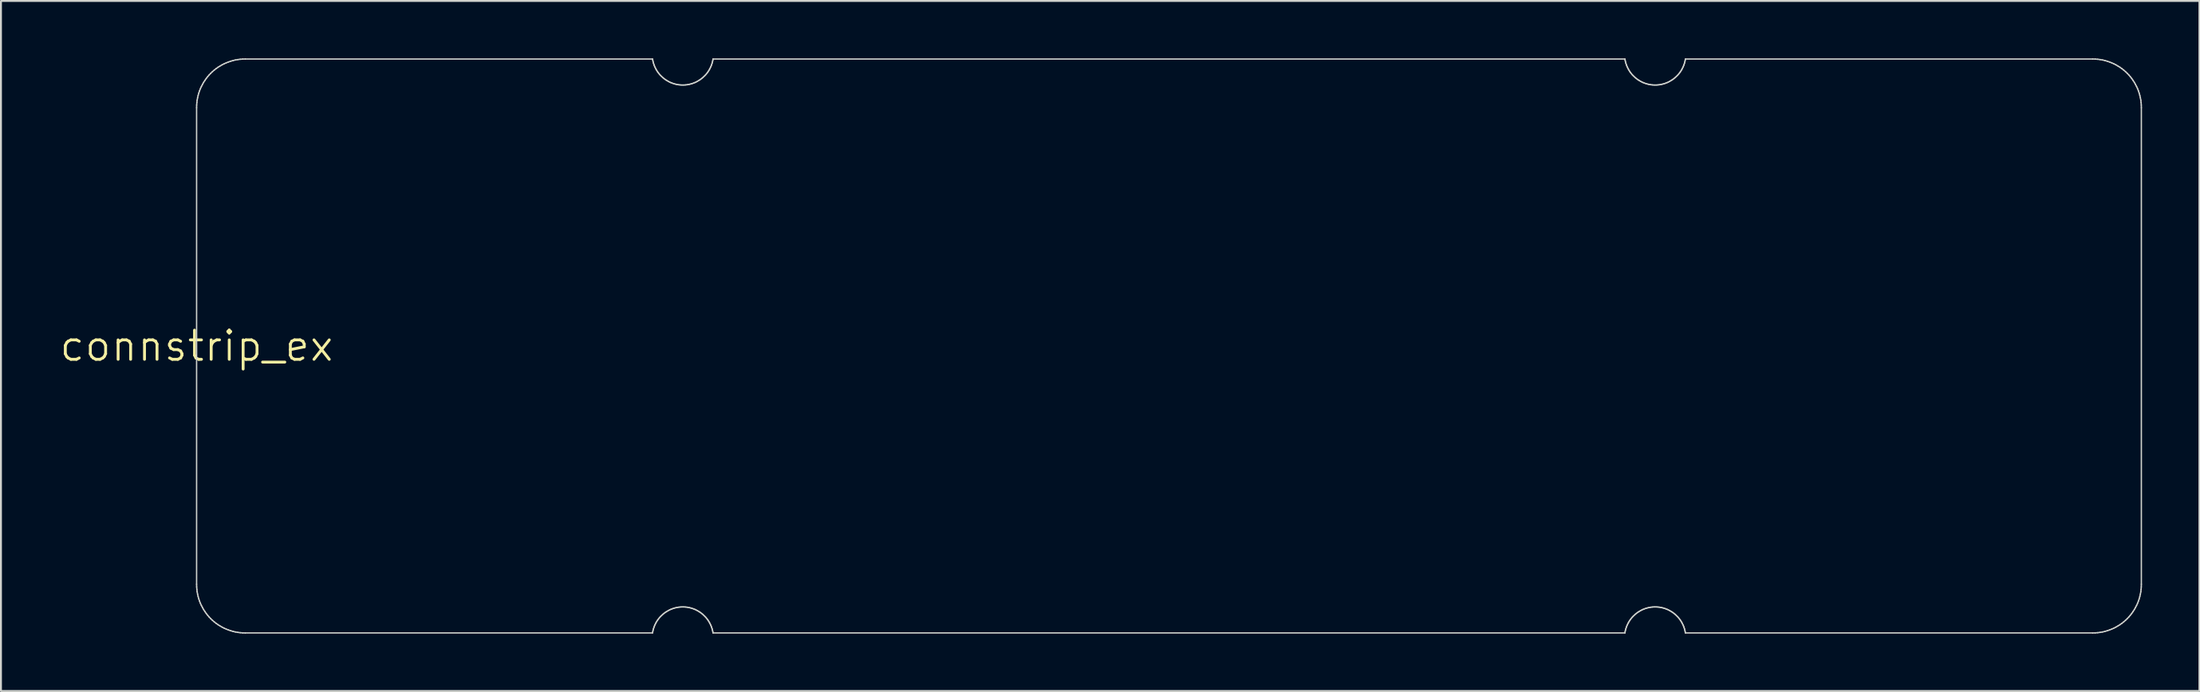
<source format=kicad_pcb>
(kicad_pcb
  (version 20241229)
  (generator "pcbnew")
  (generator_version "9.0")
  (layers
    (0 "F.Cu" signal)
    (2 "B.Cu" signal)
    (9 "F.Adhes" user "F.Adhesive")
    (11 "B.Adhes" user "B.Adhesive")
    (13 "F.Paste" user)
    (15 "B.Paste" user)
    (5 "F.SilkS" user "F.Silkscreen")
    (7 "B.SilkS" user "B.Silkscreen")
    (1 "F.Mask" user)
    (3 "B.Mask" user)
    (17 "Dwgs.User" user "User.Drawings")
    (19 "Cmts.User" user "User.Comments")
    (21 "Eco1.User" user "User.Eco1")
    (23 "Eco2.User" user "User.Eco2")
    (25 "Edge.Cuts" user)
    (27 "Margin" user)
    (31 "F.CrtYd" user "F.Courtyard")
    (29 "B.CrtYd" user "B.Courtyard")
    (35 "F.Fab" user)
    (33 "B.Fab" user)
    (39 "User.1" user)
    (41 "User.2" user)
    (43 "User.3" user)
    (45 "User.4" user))
  (footprint "connstrip_ex"
    (layer "F.Cu")
    (at 7.221 15.035)
    (property "Reference" "connstrip_ex" (at 0 0 0) (layer "F.SilkS") (effects (font (size 1.524 1.524) (thickness 0.15))))
    (attr through_hole)
    (fp_line (start 0 -12.46) (end 0 12.46) (stroke (width 0.07) (type solid)) (layer "Edge.Cuts"))
    (fp_line (start 0 12.46) (end 0.003 12.591) (stroke (width 0.07) (type solid)) (layer "Edge.Cuts"))
    (fp_line (start 0.003 -12.591) (end 0 -12.46) (stroke (width 0.07) (type solid)) (layer "Edge.Cuts"))
    (fp_line (start 0.003 12.591) (end 0.013 12.721) (stroke (width 0.07) (type solid)) (layer "Edge.Cuts"))
    (fp_line (start 0.013 -12.721) (end 0.003 -12.591) (stroke (width 0.07) (type solid)) (layer "Edge.Cuts"))
    (fp_line (start 0.013 12.721) (end 0.029 12.848) (stroke (width 0.07) (type solid)) (layer "Edge.Cuts"))
    (fp_line (start 0.029 -12.848) (end 0.013 -12.721) (stroke (width 0.07) (type solid)) (layer "Edge.Cuts"))
    (fp_line (start 0.029 12.848) (end 0.051 12.973) (stroke (width 0.07) (type solid)) (layer "Edge.Cuts"))
    (fp_line (start 0.051 -12.973) (end 0.029 -12.848) (stroke (width 0.07) (type solid)) (layer "Edge.Cuts"))
    (fp_line (start 0.051 12.973) (end 0.08 13.096) (stroke (width 0.07) (type solid)) (layer "Edge.Cuts"))
    (fp_line (start 0.08 -13.096) (end 0.051 -12.973) (stroke (width 0.07) (type solid)) (layer "Edge.Cuts"))
    (fp_line (start 0.08 13.096) (end 0.114 13.217) (stroke (width 0.07) (type solid)) (layer "Edge.Cuts"))
    (fp_line (start 0.114 -13.217) (end 0.08 -13.096) (stroke (width 0.07) (type solid)) (layer "Edge.Cuts"))
    (fp_line (start 0.114 13.217) (end 0.154 13.335) (stroke (width 0.07) (type solid)) (layer "Edge.Cuts"))
    (fp_line (start 0.154 -13.335) (end 0.114 -13.217) (stroke (width 0.07) (type solid)) (layer "Edge.Cuts"))
    (fp_line (start 0.154 13.335) (end 0.199 13.451) (stroke (width 0.07) (type solid)) (layer "Edge.Cuts"))
    (fp_line (start 0.199 -13.451) (end 0.154 -13.335) (stroke (width 0.07) (type solid)) (layer "Edge.Cuts"))
    (fp_line (start 0.199 13.451) (end 0.25 13.563) (stroke (width 0.07) (type solid)) (layer "Edge.Cuts"))
    (fp_line (start 0.25 -13.563) (end 0.199 -13.451) (stroke (width 0.07) (type solid)) (layer "Edge.Cuts"))
    (fp_line (start 0.25 13.563) (end 0.306 13.673) (stroke (width 0.07) (type solid)) (layer "Edge.Cuts"))
    (fp_line (start 0.306 -13.673) (end 0.25 -13.563) (stroke (width 0.07) (type solid)) (layer "Edge.Cuts"))
    (fp_line (start 0.306 13.673) (end 0.367 13.779) (stroke (width 0.07) (type solid)) (layer "Edge.Cuts"))
    (fp_line (start 0.367 -13.779) (end 0.306 -13.673) (stroke (width 0.07) (type solid)) (layer "Edge.Cuts"))
    (fp_line (start 0.367 13.779) (end 0.433 13.882) (stroke (width 0.07) (type solid)) (layer "Edge.Cuts"))
    (fp_line (start 0.433 -13.882) (end 0.367 -13.779) (stroke (width 0.07) (type solid)) (layer "Edge.Cuts"))
    (fp_line (start 0.433 13.882) (end 0.503 13.982) (stroke (width 0.07) (type solid)) (layer "Edge.Cuts"))
    (fp_line (start 0.503 -13.982) (end 0.433 -13.882) (stroke (width 0.07) (type solid)) (layer "Edge.Cuts"))
    (fp_line (start 0.503 13.982) (end 0.579 14.078) (stroke (width 0.07) (type solid)) (layer "Edge.Cuts"))
    (fp_line (start 0.579 -14.078) (end 0.503 -13.982) (stroke (width 0.07) (type solid)) (layer "Edge.Cuts"))
    (fp_line (start 0.579 14.078) (end 0.658 14.17) (stroke (width 0.07) (type solid)) (layer "Edge.Cuts"))
    (fp_line (start 0.658 -14.17) (end 0.579 -14.078) (stroke (width 0.07) (type solid)) (layer "Edge.Cuts"))
    (fp_line (start 0.658 14.17) (end 0.742 14.258) (stroke (width 0.07) (type solid)) (layer "Edge.Cuts"))
    (fp_line (start 0.742 -14.258) (end 0.658 -14.17) (stroke (width 0.07) (type solid)) (layer "Edge.Cuts"))
    (fp_line (start 0.742 14.258) (end 0.83 14.342) (stroke (width 0.07) (type solid)) (layer "Edge.Cuts"))
    (fp_line (start 0.83 -14.342) (end 0.742 -14.258) (stroke (width 0.07) (type solid)) (layer "Edge.Cuts"))
    (fp_line (start 0.83 14.342) (end 0.922 14.422) (stroke (width 0.07) (type solid)) (layer "Edge.Cuts"))
    (fp_line (start 0.922 -14.422) (end 0.83 -14.342) (stroke (width 0.07) (type solid)) (layer "Edge.Cuts"))
    (fp_line (start 0.922 14.422) (end 1.018 14.497) (stroke (width 0.07) (type solid)) (layer "Edge.Cuts"))
    (fp_line (start 1.018 -14.497) (end 0.922 -14.422) (stroke (width 0.07) (type solid)) (layer "Edge.Cuts"))
    (fp_line (start 1.018 14.497) (end 1.118 14.568) (stroke (width 0.07) (type solid)) (layer "Edge.Cuts"))
    (fp_line (start 1.118 -14.568) (end 1.018 -14.497) (stroke (width 0.07) (type solid)) (layer "Edge.Cuts"))
    (fp_line (start 1.118 14.568) (end 1.221 14.633) (stroke (width 0.07) (type solid)) (layer "Edge.Cuts"))
    (fp_line (start 1.221 -14.633) (end 1.118 -14.568) (stroke (width 0.07) (type solid)) (layer "Edge.Cuts"))
    (fp_line (start 1.221 14.633) (end 1.327 14.694) (stroke (width 0.07) (type solid)) (layer "Edge.Cuts"))
    (fp_line (start 1.327 -14.694) (end 1.221 -14.633) (stroke (width 0.07) (type solid)) (layer "Edge.Cuts"))
    (fp_line (start 1.327 14.694) (end 1.437 14.75) (stroke (width 0.07) (type solid)) (layer "Edge.Cuts"))
    (fp_line (start 1.437 -14.75) (end 1.327 -14.694) (stroke (width 0.07) (type solid)) (layer "Edge.Cuts"))
    (fp_line (start 1.437 14.75) (end 1.549 14.801) (stroke (width 0.07) (type solid)) (layer "Edge.Cuts"))
    (fp_line (start 1.549 -14.801) (end 1.437 -14.75) (stroke (width 0.07) (type solid)) (layer "Edge.Cuts"))
    (fp_line (start 1.549 14.801) (end 1.665 14.846) (stroke (width 0.07) (type solid)) (layer "Edge.Cuts"))
    (fp_line (start 1.665 -14.846) (end 1.549 -14.801) (stroke (width 0.07) (type solid)) (layer "Edge.Cuts"))
    (fp_line (start 1.665 14.846) (end 1.783 14.886) (stroke (width 0.07) (type solid)) (layer "Edge.Cuts"))
    (fp_line (start 1.783 -14.886) (end 1.665 -14.846) (stroke (width 0.07) (type solid)) (layer "Edge.Cuts"))
    (fp_line (start 1.783 14.886) (end 1.904 14.92) (stroke (width 0.07) (type solid)) (layer "Edge.Cuts"))
    (fp_line (start 1.904 -14.92) (end 1.783 -14.886) (stroke (width 0.07) (type solid)) (layer "Edge.Cuts"))
    (fp_line (start 1.904 14.92) (end 2.027 14.949) (stroke (width 0.07) (type solid)) (layer "Edge.Cuts"))
    (fp_line (start 2.027 -14.949) (end 1.904 -14.92) (stroke (width 0.07) (type solid)) (layer "Edge.Cuts"))
    (fp_line (start 2.027 14.949) (end 2.152 14.971) (stroke (width 0.07) (type solid)) (layer "Edge.Cuts"))
    (fp_line (start 2.152 -14.971) (end 2.027 -14.949) (stroke (width 0.07) (type solid)) (layer "Edge.Cuts"))
    (fp_line (start 2.152 14.971) (end 2.279 14.987) (stroke (width 0.07) (type solid)) (layer "Edge.Cuts"))
    (fp_line (start 2.279 -14.987) (end 2.152 -14.971) (stroke (width 0.07) (type solid)) (layer "Edge.Cuts"))
    (fp_line (start 2.279 14.987) (end 2.409 14.997) (stroke (width 0.07) (type solid)) (layer "Edge.Cuts"))
    (fp_line (start 2.409 -14.997) (end 2.279 -14.987) (stroke (width 0.07) (type solid)) (layer "Edge.Cuts"))
    (fp_line (start 2.409 14.997) (end 2.54 15) (stroke (width 0.07) (type solid)) (layer "Edge.Cuts"))
    (fp_line (start 2.54 -15) (end 2.409 -14.997) (stroke (width 0.07) (type solid)) (layer "Edge.Cuts"))
    (fp_line (start 2.54 15) (end 23.82 15) (stroke (width 0.07) (type solid)) (layer "Edge.Cuts"))
    (fp_line (start 23.82 15) (end 23.832 14.927) (stroke (width 0.07) (type solid)) (layer "Edge.Cuts"))
    (fp_line (start 23.82 -15) (end 2.54 -15) (stroke (width 0.07) (type solid)) (layer "Edge.Cuts"))
    (fp_line (start 23.832 14.927) (end 23.848 14.856) (stroke (width 0.07) (type solid)) (layer "Edge.Cuts"))
    (fp_line (start 23.833 -14.927) (end 23.82 -15) (stroke (width 0.07) (type solid)) (layer "Edge.Cuts"))
    (fp_line (start 23.848 14.856) (end 23.867 14.786) (stroke (width 0.07) (type solid)) (layer "Edge.Cuts"))
    (fp_line (start 23.849 -14.856) (end 23.833 -14.927) (stroke (width 0.07) (type solid)) (layer "Edge.Cuts"))
    (fp_line (start 23.867 14.786) (end 23.889 14.717) (stroke (width 0.07) (type solid)) (layer "Edge.Cuts"))
    (fp_line (start 23.868 -14.786) (end 23.849 -14.856) (stroke (width 0.07) (type solid)) (layer "Edge.Cuts"))
    (fp_line (start 23.889 14.717) (end 23.914 14.65) (stroke (width 0.07) (type solid)) (layer "Edge.Cuts"))
    (fp_line (start 23.89 -14.717) (end 23.868 -14.786) (stroke (width 0.07) (type solid)) (layer "Edge.Cuts"))
    (fp_line (start 23.914 14.65) (end 23.942 14.584) (stroke (width 0.07) (type solid)) (layer "Edge.Cuts"))
    (fp_line (start 23.915 -14.65) (end 23.89 -14.717) (stroke (width 0.07) (type solid)) (layer "Edge.Cuts"))
    (fp_line (start 23.942 14.584) (end 23.972 14.52) (stroke (width 0.07) (type solid)) (layer "Edge.Cuts"))
    (fp_line (start 23.942 -14.585) (end 23.915 -14.65) (stroke (width 0.07) (type solid)) (layer "Edge.Cuts"))
    (fp_line (start 23.972 14.52) (end 24.005 14.458) (stroke (width 0.07) (type solid)) (layer "Edge.Cuts"))
    (fp_line (start 23.973 -14.521) (end 23.942 -14.585) (stroke (width 0.07) (type solid)) (layer "Edge.Cuts"))
    (fp_line (start 24.005 14.458) (end 24.041 14.397) (stroke (width 0.07) (type solid)) (layer "Edge.Cuts"))
    (fp_line (start 24.006 -14.458) (end 23.973 -14.521) (stroke (width 0.07) (type solid)) (layer "Edge.Cuts"))
    (fp_line (start 24.041 14.397) (end 24.08 14.339) (stroke (width 0.07) (type solid)) (layer "Edge.Cuts"))
    (fp_line (start 24.042 -14.398) (end 24.006 -14.458) (stroke (width 0.07) (type solid)) (layer "Edge.Cuts"))
    (fp_line (start 24.08 14.339) (end 24.12 14.282) (stroke (width 0.07) (type solid)) (layer "Edge.Cuts"))
    (fp_line (start 24.08 -14.339) (end 24.042 -14.398) (stroke (width 0.07) (type solid)) (layer "Edge.Cuts"))
    (fp_line (start 24.12 14.282) (end 24.163 14.227) (stroke (width 0.07) (type solid)) (layer "Edge.Cuts"))
    (fp_line (start 24.121 -14.282) (end 24.08 -14.339) (stroke (width 0.07) (type solid)) (layer "Edge.Cuts"))
    (fp_line (start 24.163 14.227) (end 24.209 14.174) (stroke (width 0.07) (type solid)) (layer "Edge.Cuts"))
    (fp_line (start 24.164 -14.227) (end 24.121 -14.282) (stroke (width 0.07) (type solid)) (layer "Edge.Cuts"))
    (fp_line (start 24.209 14.174) (end 24.256 14.123) (stroke (width 0.07) (type solid)) (layer "Edge.Cuts"))
    (fp_line (start 24.209 -14.174) (end 24.164 -14.227) (stroke (width 0.07) (type solid)) (layer "Edge.Cuts"))
    (fp_line (start 24.256 14.123) (end 24.306 14.074) (stroke (width 0.07) (type solid)) (layer "Edge.Cuts"))
    (fp_line (start 24.257 -14.123) (end 24.209 -14.174) (stroke (width 0.07) (type solid)) (layer "Edge.Cuts"))
    (fp_line (start 24.306 14.074) (end 24.358 14.027) (stroke (width 0.07) (type solid)) (layer "Edge.Cuts"))
    (fp_line (start 24.306 -14.074) (end 24.257 -14.123) (stroke (width 0.07) (type solid)) (layer "Edge.Cuts"))
    (fp_line (start 24.358 14.027) (end 24.412 13.983) (stroke (width 0.07) (type solid)) (layer "Edge.Cuts"))
    (fp_line (start 24.358 -14.027) (end 24.306 -14.074) (stroke (width 0.07) (type solid)) (layer "Edge.Cuts"))
    (fp_line (start 24.412 13.983) (end 24.467 13.941) (stroke (width 0.07) (type solid)) (layer "Edge.Cuts"))
    (fp_line (start 24.412 -13.983) (end 24.358 -14.027) (stroke (width 0.07) (type solid)) (layer "Edge.Cuts"))
    (fp_line (start 24.467 13.941) (end 24.525 13.902) (stroke (width 0.07) (type solid)) (layer "Edge.Cuts"))
    (fp_line (start 24.468 -13.941) (end 24.412 -13.983) (stroke (width 0.07) (type solid)) (layer "Edge.Cuts"))
    (fp_line (start 24.525 13.902) (end 24.584 13.865) (stroke (width 0.07) (type solid)) (layer "Edge.Cuts"))
    (fp_line (start 24.525 -13.902) (end 24.468 -13.941) (stroke (width 0.07) (type solid)) (layer "Edge.Cuts"))
    (fp_line (start 24.584 13.865) (end 24.645 13.83) (stroke (width 0.07) (type solid)) (layer "Edge.Cuts"))
    (fp_line (start 24.584 -13.865) (end 24.525 -13.902) (stroke (width 0.07) (type solid)) (layer "Edge.Cuts"))
    (fp_line (start 24.645 13.83) (end 24.707 13.798) (stroke (width 0.07) (type solid)) (layer "Edge.Cuts"))
    (fp_line (start 24.645 -13.83) (end 24.584 -13.865) (stroke (width 0.07) (type solid)) (layer "Edge.Cuts"))
    (fp_line (start 24.707 13.798) (end 24.771 13.769) (stroke (width 0.07) (type solid)) (layer "Edge.Cuts"))
    (fp_line (start 24.707 -13.799) (end 24.645 -13.83) (stroke (width 0.07) (type solid)) (layer "Edge.Cuts"))
    (fp_line (start 24.771 13.769) (end 24.836 13.743) (stroke (width 0.07) (type solid)) (layer "Edge.Cuts"))
    (fp_line (start 24.771 -13.769) (end 24.707 -13.799) (stroke (width 0.07) (type solid)) (layer "Edge.Cuts"))
    (fp_line (start 24.836 13.743) (end 24.903 13.719) (stroke (width 0.07) (type solid)) (layer "Edge.Cuts"))
    (fp_line (start 24.836 -13.743) (end 24.771 -13.769) (stroke (width 0.07) (type solid)) (layer "Edge.Cuts"))
    (fp_line (start 24.903 13.719) (end 24.971 13.699) (stroke (width 0.07) (type solid)) (layer "Edge.Cuts"))
    (fp_line (start 24.903 -13.72) (end 24.836 -13.743) (stroke (width 0.07) (type solid)) (layer "Edge.Cuts"))
    (fp_line (start 24.971 13.699) (end 25.04 13.681) (stroke (width 0.07) (type solid)) (layer "Edge.Cuts"))
    (fp_line (start 24.971 -13.699) (end 24.903 -13.72) (stroke (width 0.07) (type solid)) (layer "Edge.Cuts"))
    (fp_line (start 25.04 13.681) (end 25.11 13.667) (stroke (width 0.07) (type solid)) (layer "Edge.Cuts"))
    (fp_line (start 25.04 -13.681) (end 24.971 -13.699) (stroke (width 0.07) (type solid)) (layer "Edge.Cuts"))
    (fp_line (start 25.11 13.667) (end 25.181 13.655) (stroke (width 0.07) (type solid)) (layer "Edge.Cuts"))
    (fp_line (start 25.11 -13.667) (end 25.04 -13.681) (stroke (width 0.07) (type solid)) (layer "Edge.Cuts"))
    (fp_line (start 25.181 13.655) (end 25.253 13.647) (stroke (width 0.07) (type solid)) (layer "Edge.Cuts"))
    (fp_line (start 25.181 -13.655) (end 25.11 -13.667) (stroke (width 0.07) (type solid)) (layer "Edge.Cuts"))
    (fp_line (start 25.253 13.647) (end 25.326 13.642) (stroke (width 0.07) (type solid)) (layer "Edge.Cuts"))
    (fp_line (start 25.253 -13.647) (end 25.181 -13.655) (stroke (width 0.07) (type solid)) (layer "Edge.Cuts"))
    (fp_line (start 25.326 13.642) (end 25.4 13.64) (stroke (width 0.07) (type solid)) (layer "Edge.Cuts"))
    (fp_line (start 25.326 -13.642) (end 25.253 -13.647) (stroke (width 0.07) (type solid)) (layer "Edge.Cuts"))
    (fp_line (start 25.4 -13.64) (end 25.326 -13.642) (stroke (width 0.07) (type solid)) (layer "Edge.Cuts"))
    (fp_line (start 25.4 13.64) (end 25.474 13.642) (stroke (width 0.07) (type solid)) (layer "Edge.Cuts"))
    (fp_line (start 25.474 13.642) (end 25.547 13.647) (stroke (width 0.07) (type solid)) (layer "Edge.Cuts"))
    (fp_line (start 25.474 -13.642) (end 25.4 -13.64) (stroke (width 0.07) (type solid)) (layer "Edge.Cuts"))
    (fp_line (start 25.547 13.647) (end 25.619 13.655) (stroke (width 0.07) (type solid)) (layer "Edge.Cuts"))
    (fp_line (start 25.547 -13.647) (end 25.474 -13.642) (stroke (width 0.07) (type solid)) (layer "Edge.Cuts"))
    (fp_line (start 25.619 13.655) (end 25.69 13.667) (stroke (width 0.07) (type solid)) (layer "Edge.Cuts"))
    (fp_line (start 25.619 -13.655) (end 25.547 -13.647) (stroke (width 0.07) (type solid)) (layer "Edge.Cuts"))
    (fp_line (start 25.69 13.667) (end 25.76 13.681) (stroke (width 0.07) (type solid)) (layer "Edge.Cuts"))
    (fp_line (start 25.69 -13.667) (end 25.619 -13.655) (stroke (width 0.07) (type solid)) (layer "Edge.Cuts"))
    (fp_line (start 25.76 13.681) (end 25.829 13.699) (stroke (width 0.07) (type solid)) (layer "Edge.Cuts"))
    (fp_line (start 25.76 -13.681) (end 25.69 -13.667) (stroke (width 0.07) (type solid)) (layer "Edge.Cuts"))
    (fp_line (start 25.829 13.699) (end 25.897 13.72) (stroke (width 0.07) (type solid)) (layer "Edge.Cuts"))
    (fp_line (start 25.829 -13.699) (end 25.76 -13.681) (stroke (width 0.07) (type solid)) (layer "Edge.Cuts"))
    (fp_line (start 25.897 13.72) (end 25.964 13.743) (stroke (width 0.07) (type solid)) (layer "Edge.Cuts"))
    (fp_line (start 25.897 -13.719) (end 25.829 -13.699) (stroke (width 0.07) (type solid)) (layer "Edge.Cuts"))
    (fp_line (start 25.964 13.743) (end 26.029 13.769) (stroke (width 0.07) (type solid)) (layer "Edge.Cuts"))
    (fp_line (start 25.964 -13.743) (end 25.897 -13.719) (stroke (width 0.07) (type solid)) (layer "Edge.Cuts"))
    (fp_line (start 26.029 13.769) (end 26.093 13.799) (stroke (width 0.07) (type solid)) (layer "Edge.Cuts"))
    (fp_line (start 26.029 -13.769) (end 25.964 -13.743) (stroke (width 0.07) (type solid)) (layer "Edge.Cuts"))
    (fp_line (start 26.093 13.799) (end 26.155 13.83) (stroke (width 0.07) (type solid)) (layer "Edge.Cuts"))
    (fp_line (start 26.093 -13.798) (end 26.029 -13.769) (stroke (width 0.07) (type solid)) (layer "Edge.Cuts"))
    (fp_line (start 26.155 13.83) (end 26.216 13.865) (stroke (width 0.07) (type solid)) (layer "Edge.Cuts"))
    (fp_line (start 26.155 -13.83) (end 26.093 -13.798) (stroke (width 0.07) (type solid)) (layer "Edge.Cuts"))
    (fp_line (start 26.216 13.865) (end 26.275 13.902) (stroke (width 0.07) (type solid)) (layer "Edge.Cuts"))
    (fp_line (start 26.216 -13.865) (end 26.155 -13.83) (stroke (width 0.07) (type solid)) (layer "Edge.Cuts"))
    (fp_line (start 26.275 13.902) (end 26.332 13.941) (stroke (width 0.07) (type solid)) (layer "Edge.Cuts"))
    (fp_line (start 26.275 -13.902) (end 26.216 -13.865) (stroke (width 0.07) (type solid)) (layer "Edge.Cuts"))
    (fp_line (start 26.332 13.941) (end 26.388 13.983) (stroke (width 0.07) (type solid)) (layer "Edge.Cuts"))
    (fp_line (start 26.333 -13.941) (end 26.275 -13.902) (stroke (width 0.07) (type solid)) (layer "Edge.Cuts"))
    (fp_line (start 26.388 13.983) (end 26.442 14.027) (stroke (width 0.07) (type solid)) (layer "Edge.Cuts"))
    (fp_line (start 26.388 -13.983) (end 26.333 -13.941) (stroke (width 0.07) (type solid)) (layer "Edge.Cuts"))
    (fp_line (start 26.442 14.027) (end 26.494 14.074) (stroke (width 0.07) (type solid)) (layer "Edge.Cuts"))
    (fp_line (start 26.442 -14.027) (end 26.388 -13.983) (stroke (width 0.07) (type solid)) (layer "Edge.Cuts"))
    (fp_line (start 26.494 14.074) (end 26.543 14.123) (stroke (width 0.07) (type solid)) (layer "Edge.Cuts"))
    (fp_line (start 26.494 -14.074) (end 26.442 -14.027) (stroke (width 0.07) (type solid)) (layer "Edge.Cuts"))
    (fp_line (start 26.543 14.123) (end 26.591 14.174) (stroke (width 0.07) (type solid)) (layer "Edge.Cuts"))
    (fp_line (start 26.544 -14.123) (end 26.494 -14.074) (stroke (width 0.07) (type solid)) (layer "Edge.Cuts"))
    (fp_line (start 26.591 14.174) (end 26.636 14.227) (stroke (width 0.07) (type solid)) (layer "Edge.Cuts"))
    (fp_line (start 26.591 -14.174) (end 26.544 -14.123) (stroke (width 0.07) (type solid)) (layer "Edge.Cuts"))
    (fp_line (start 26.636 14.227) (end 26.679 14.282) (stroke (width 0.07) (type solid)) (layer "Edge.Cuts"))
    (fp_line (start 26.637 -14.227) (end 26.591 -14.174) (stroke (width 0.07) (type solid)) (layer "Edge.Cuts"))
    (fp_line (start 26.679 14.282) (end 26.72 14.339) (stroke (width 0.07) (type solid)) (layer "Edge.Cuts"))
    (fp_line (start 26.68 -14.282) (end 26.637 -14.227) (stroke (width 0.07) (type solid)) (layer "Edge.Cuts"))
    (fp_line (start 26.72 14.339) (end 26.758 14.398) (stroke (width 0.07) (type solid)) (layer "Edge.Cuts"))
    (fp_line (start 26.72 -14.339) (end 26.68 -14.282) (stroke (width 0.07) (type solid)) (layer "Edge.Cuts"))
    (fp_line (start 26.758 14.398) (end 26.794 14.458) (stroke (width 0.07) (type solid)) (layer "Edge.Cuts"))
    (fp_line (start 26.759 -14.397) (end 26.72 -14.339) (stroke (width 0.07) (type solid)) (layer "Edge.Cuts"))
    (fp_line (start 26.794 14.458) (end 26.827 14.521) (stroke (width 0.07) (type solid)) (layer "Edge.Cuts"))
    (fp_line (start 26.795 -14.458) (end 26.759 -14.397) (stroke (width 0.07) (type solid)) (layer "Edge.Cuts"))
    (fp_line (start 26.827 14.521) (end 26.858 14.585) (stroke (width 0.07) (type solid)) (layer "Edge.Cuts"))
    (fp_line (start 26.828 -14.52) (end 26.795 -14.458) (stroke (width 0.07) (type solid)) (layer "Edge.Cuts"))
    (fp_line (start 26.858 14.585) (end 26.885 14.65) (stroke (width 0.07) (type solid)) (layer "Edge.Cuts"))
    (fp_line (start 26.858 -14.584) (end 26.828 -14.52) (stroke (width 0.07) (type solid)) (layer "Edge.Cuts"))
    (fp_line (start 26.885 14.65) (end 26.91 14.717) (stroke (width 0.07) (type solid)) (layer "Edge.Cuts"))
    (fp_line (start 26.886 -14.65) (end 26.858 -14.584) (stroke (width 0.07) (type solid)) (layer "Edge.Cuts"))
    (fp_line (start 26.91 14.717) (end 26.932 14.786) (stroke (width 0.07) (type solid)) (layer "Edge.Cuts"))
    (fp_line (start 26.911 -14.717) (end 26.886 -14.65) (stroke (width 0.07) (type solid)) (layer "Edge.Cuts"))
    (fp_line (start 26.932 14.786) (end 26.951 14.856) (stroke (width 0.07) (type solid)) (layer "Edge.Cuts"))
    (fp_line (start 26.933 -14.786) (end 26.911 -14.717) (stroke (width 0.07) (type solid)) (layer "Edge.Cuts"))
    (fp_line (start 26.951 14.856) (end 26.967 14.927) (stroke (width 0.07) (type solid)) (layer "Edge.Cuts"))
    (fp_line (start 26.952 -14.856) (end 26.933 -14.786) (stroke (width 0.07) (type solid)) (layer "Edge.Cuts"))
    (fp_line (start 26.967 14.927) (end 26.98 15) (stroke (width 0.07) (type solid)) (layer "Edge.Cuts"))
    (fp_line (start 26.968 -14.927) (end 26.952 -14.856) (stroke (width 0.07) (type solid)) (layer "Edge.Cuts"))
    (fp_line (start 26.98 15) (end 74.62 15) (stroke (width 0.07) (type solid)) (layer "Edge.Cuts"))
    (fp_line (start 26.98 -15) (end 26.968 -14.927) (stroke (width 0.07) (type solid)) (layer "Edge.Cuts"))
    (fp_line (start 74.62 15) (end 74.632 14.927) (stroke (width 0.07) (type solid)) (layer "Edge.Cuts"))
    (fp_line (start 74.62 -15) (end 26.98 -15) (stroke (width 0.07) (type solid)) (layer "Edge.Cuts"))
    (fp_line (start 74.632 14.927) (end 74.648 14.856) (stroke (width 0.07) (type solid)) (layer "Edge.Cuts"))
    (fp_line (start 74.633 -14.927) (end 74.62 -15) (stroke (width 0.07) (type solid)) (layer "Edge.Cuts"))
    (fp_line (start 74.648 14.856) (end 74.667 14.786) (stroke (width 0.07) (type solid)) (layer "Edge.Cuts"))
    (fp_line (start 74.649 -14.856) (end 74.633 -14.927) (stroke (width 0.07) (type solid)) (layer "Edge.Cuts"))
    (fp_line (start 74.667 14.786) (end 74.689 14.717) (stroke (width 0.07) (type solid)) (layer "Edge.Cuts"))
    (fp_line (start 74.668 -14.786) (end 74.649 -14.856) (stroke (width 0.07) (type solid)) (layer "Edge.Cuts"))
    (fp_line (start 74.689 14.717) (end 74.714 14.65) (stroke (width 0.07) (type solid)) (layer "Edge.Cuts"))
    (fp_line (start 74.69 -14.717) (end 74.668 -14.786) (stroke (width 0.07) (type solid)) (layer "Edge.Cuts"))
    (fp_line (start 74.714 14.65) (end 74.742 14.584) (stroke (width 0.07) (type solid)) (layer "Edge.Cuts"))
    (fp_line (start 74.715 -14.65) (end 74.69 -14.717) (stroke (width 0.07) (type solid)) (layer "Edge.Cuts"))
    (fp_line (start 74.742 14.584) (end 74.772 14.52) (stroke (width 0.07) (type solid)) (layer "Edge.Cuts"))
    (fp_line (start 74.742 -14.585) (end 74.715 -14.65) (stroke (width 0.07) (type solid)) (layer "Edge.Cuts"))
    (fp_line (start 74.772 14.52) (end 74.805 14.458) (stroke (width 0.07) (type solid)) (layer "Edge.Cuts"))
    (fp_line (start 74.773 -14.521) (end 74.742 -14.585) (stroke (width 0.07) (type solid)) (layer "Edge.Cuts"))
    (fp_line (start 74.805 14.458) (end 74.841 14.397) (stroke (width 0.07) (type solid)) (layer "Edge.Cuts"))
    (fp_line (start 74.806 -14.458) (end 74.773 -14.521) (stroke (width 0.07) (type solid)) (layer "Edge.Cuts"))
    (fp_line (start 74.841 14.397) (end 74.88 14.339) (stroke (width 0.07) (type solid)) (layer "Edge.Cuts"))
    (fp_line (start 74.842 -14.398) (end 74.806 -14.458) (stroke (width 0.07) (type solid)) (layer "Edge.Cuts"))
    (fp_line (start 74.88 14.339) (end 74.92 14.282) (stroke (width 0.07) (type solid)) (layer "Edge.Cuts"))
    (fp_line (start 74.88 -14.339) (end 74.842 -14.398) (stroke (width 0.07) (type solid)) (layer "Edge.Cuts"))
    (fp_line (start 74.92 14.282) (end 74.963 14.227) (stroke (width 0.07) (type solid)) (layer "Edge.Cuts"))
    (fp_line (start 74.921 -14.282) (end 74.88 -14.339) (stroke (width 0.07) (type solid)) (layer "Edge.Cuts"))
    (fp_line (start 74.963 14.227) (end 75.009 14.174) (stroke (width 0.07) (type solid)) (layer "Edge.Cuts"))
    (fp_line (start 74.964 -14.227) (end 74.921 -14.282) (stroke (width 0.07) (type solid)) (layer "Edge.Cuts"))
    (fp_line (start 75.009 14.174) (end 75.056 14.123) (stroke (width 0.07) (type solid)) (layer "Edge.Cuts"))
    (fp_line (start 75.009 -14.174) (end 74.964 -14.227) (stroke (width 0.07) (type solid)) (layer "Edge.Cuts"))
    (fp_line (start 75.056 14.123) (end 75.106 14.074) (stroke (width 0.07) (type solid)) (layer "Edge.Cuts"))
    (fp_line (start 75.057 -14.123) (end 75.009 -14.174) (stroke (width 0.07) (type solid)) (layer "Edge.Cuts"))
    (fp_line (start 75.106 14.074) (end 75.158 14.027) (stroke (width 0.07) (type solid)) (layer "Edge.Cuts"))
    (fp_line (start 75.106 -14.074) (end 75.057 -14.123) (stroke (width 0.07) (type solid)) (layer "Edge.Cuts"))
    (fp_line (start 75.158 14.027) (end 75.212 13.983) (stroke (width 0.07) (type solid)) (layer "Edge.Cuts"))
    (fp_line (start 75.158 -14.027) (end 75.106 -14.074) (stroke (width 0.07) (type solid)) (layer "Edge.Cuts"))
    (fp_line (start 75.212 13.983) (end 75.267 13.941) (stroke (width 0.07) (type solid)) (layer "Edge.Cuts"))
    (fp_line (start 75.212 -13.983) (end 75.158 -14.027) (stroke (width 0.07) (type solid)) (layer "Edge.Cuts"))
    (fp_line (start 75.267 13.941) (end 75.325 13.902) (stroke (width 0.07) (type solid)) (layer "Edge.Cuts"))
    (fp_line (start 75.268 -13.941) (end 75.212 -13.983) (stroke (width 0.07) (type solid)) (layer "Edge.Cuts"))
    (fp_line (start 75.325 13.902) (end 75.384 13.865) (stroke (width 0.07) (type solid)) (layer "Edge.Cuts"))
    (fp_line (start 75.325 -13.902) (end 75.268 -13.941) (stroke (width 0.07) (type solid)) (layer "Edge.Cuts"))
    (fp_line (start 75.384 13.865) (end 75.445 13.83) (stroke (width 0.07) (type solid)) (layer "Edge.Cuts"))
    (fp_line (start 75.384 -13.865) (end 75.325 -13.902) (stroke (width 0.07) (type solid)) (layer "Edge.Cuts"))
    (fp_line (start 75.445 13.83) (end 75.507 13.798) (stroke (width 0.07) (type solid)) (layer "Edge.Cuts"))
    (fp_line (start 75.445 -13.83) (end 75.384 -13.865) (stroke (width 0.07) (type solid)) (layer "Edge.Cuts"))
    (fp_line (start 75.507 13.798) (end 75.571 13.769) (stroke (width 0.07) (type solid)) (layer "Edge.Cuts"))
    (fp_line (start 75.507 -13.799) (end 75.445 -13.83) (stroke (width 0.07) (type solid)) (layer "Edge.Cuts"))
    (fp_line (start 75.571 13.769) (end 75.636 13.743) (stroke (width 0.07) (type solid)) (layer "Edge.Cuts"))
    (fp_line (start 75.571 -13.769) (end 75.507 -13.799) (stroke (width 0.07) (type solid)) (layer "Edge.Cuts"))
    (fp_line (start 75.636 13.743) (end 75.703 13.719) (stroke (width 0.07) (type solid)) (layer "Edge.Cuts"))
    (fp_line (start 75.636 -13.743) (end 75.571 -13.769) (stroke (width 0.07) (type solid)) (layer "Edge.Cuts"))
    (fp_line (start 75.703 13.719) (end 75.771 13.699) (stroke (width 0.07) (type solid)) (layer "Edge.Cuts"))
    (fp_line (start 75.703 -13.72) (end 75.636 -13.743) (stroke (width 0.07) (type solid)) (layer "Edge.Cuts"))
    (fp_line (start 75.771 13.699) (end 75.84 13.681) (stroke (width 0.07) (type solid)) (layer "Edge.Cuts"))
    (fp_line (start 75.771 -13.699) (end 75.703 -13.72) (stroke (width 0.07) (type solid)) (layer "Edge.Cuts"))
    (fp_line (start 75.84 13.681) (end 75.91 13.667) (stroke (width 0.07) (type solid)) (layer "Edge.Cuts"))
    (fp_line (start 75.84 -13.681) (end 75.771 -13.699) (stroke (width 0.07) (type solid)) (layer "Edge.Cuts"))
    (fp_line (start 75.91 13.667) (end 75.981 13.655) (stroke (width 0.07) (type solid)) (layer "Edge.Cuts"))
    (fp_line (start 75.91 -13.667) (end 75.84 -13.681) (stroke (width 0.07) (type solid)) (layer "Edge.Cuts"))
    (fp_line (start 75.981 13.655) (end 76.053 13.647) (stroke (width 0.07) (type solid)) (layer "Edge.Cuts"))
    (fp_line (start 75.981 -13.655) (end 75.91 -13.667) (stroke (width 0.07) (type solid)) (layer "Edge.Cuts"))
    (fp_line (start 76.053 13.647) (end 76.126 13.642) (stroke (width 0.07) (type solid)) (layer "Edge.Cuts"))
    (fp_line (start 76.053 -13.647) (end 75.981 -13.655) (stroke (width 0.07) (type solid)) (layer "Edge.Cuts"))
    (fp_line (start 76.126 13.642) (end 76.2 13.64) (stroke (width 0.07) (type solid)) (layer "Edge.Cuts"))
    (fp_line (start 76.126 -13.642) (end 76.053 -13.647) (stroke (width 0.07) (type solid)) (layer "Edge.Cuts"))
    (fp_line (start 76.2 -13.64) (end 76.126 -13.642) (stroke (width 0.07) (type solid)) (layer "Edge.Cuts"))
    (fp_line (start 76.2 13.64) (end 76.274 13.642) (stroke (width 0.07) (type solid)) (layer "Edge.Cuts"))
    (fp_line (start 76.274 13.642) (end 76.347 13.647) (stroke (width 0.07) (type solid)) (layer "Edge.Cuts"))
    (fp_line (start 76.274 -13.642) (end 76.2 -13.64) (stroke (width 0.07) (type solid)) (layer "Edge.Cuts"))
    (fp_line (start 76.347 13.647) (end 76.419 13.655) (stroke (width 0.07) (type solid)) (layer "Edge.Cuts"))
    (fp_line (start 76.347 -13.647) (end 76.274 -13.642) (stroke (width 0.07) (type solid)) (layer "Edge.Cuts"))
    (fp_line (start 76.419 13.655) (end 76.49 13.667) (stroke (width 0.07) (type solid)) (layer "Edge.Cuts"))
    (fp_line (start 76.419 -13.655) (end 76.347 -13.647) (stroke (width 0.07) (type solid)) (layer "Edge.Cuts"))
    (fp_line (start 76.49 13.667) (end 76.56 13.681) (stroke (width 0.07) (type solid)) (layer "Edge.Cuts"))
    (fp_line (start 76.49 -13.667) (end 76.419 -13.655) (stroke (width 0.07) (type solid)) (layer "Edge.Cuts"))
    (fp_line (start 76.56 13.681) (end 76.629 13.699) (stroke (width 0.07) (type solid)) (layer "Edge.Cuts"))
    (fp_line (start 76.56 -13.681) (end 76.49 -13.667) (stroke (width 0.07) (type solid)) (layer "Edge.Cuts"))
    (fp_line (start 76.629 13.699) (end 76.697 13.72) (stroke (width 0.07) (type solid)) (layer "Edge.Cuts"))
    (fp_line (start 76.629 -13.699) (end 76.56 -13.681) (stroke (width 0.07) (type solid)) (layer "Edge.Cuts"))
    (fp_line (start 76.697 13.72) (end 76.764 13.743) (stroke (width 0.07) (type solid)) (layer "Edge.Cuts"))
    (fp_line (start 76.697 -13.719) (end 76.629 -13.699) (stroke (width 0.07) (type solid)) (layer "Edge.Cuts"))
    (fp_line (start 76.764 13.743) (end 76.829 13.769) (stroke (width 0.07) (type solid)) (layer "Edge.Cuts"))
    (fp_line (start 76.764 -13.743) (end 76.697 -13.719) (stroke (width 0.07) (type solid)) (layer "Edge.Cuts"))
    (fp_line (start 76.829 13.769) (end 76.893 13.799) (stroke (width 0.07) (type solid)) (layer "Edge.Cuts"))
    (fp_line (start 76.829 -13.769) (end 76.764 -13.743) (stroke (width 0.07) (type solid)) (layer "Edge.Cuts"))
    (fp_line (start 76.893 13.799) (end 76.955 13.83) (stroke (width 0.07) (type solid)) (layer "Edge.Cuts"))
    (fp_line (start 76.893 -13.798) (end 76.829 -13.769) (stroke (width 0.07) (type solid)) (layer "Edge.Cuts"))
    (fp_line (start 76.955 13.83) (end 77.016 13.865) (stroke (width 0.07) (type solid)) (layer "Edge.Cuts"))
    (fp_line (start 76.955 -13.83) (end 76.893 -13.798) (stroke (width 0.07) (type solid)) (layer "Edge.Cuts"))
    (fp_line (start 77.016 13.865) (end 77.075 13.902) (stroke (width 0.07) (type solid)) (layer "Edge.Cuts"))
    (fp_line (start 77.016 -13.865) (end 76.955 -13.83) (stroke (width 0.07) (type solid)) (layer "Edge.Cuts"))
    (fp_line (start 77.075 13.902) (end 77.132 13.941) (stroke (width 0.07) (type solid)) (layer "Edge.Cuts"))
    (fp_line (start 77.075 -13.902) (end 77.016 -13.865) (stroke (width 0.07) (type solid)) (layer "Edge.Cuts"))
    (fp_line (start 77.132 13.941) (end 77.188 13.983) (stroke (width 0.07) (type solid)) (layer "Edge.Cuts"))
    (fp_line (start 77.133 -13.941) (end 77.075 -13.902) (stroke (width 0.07) (type solid)) (layer "Edge.Cuts"))
    (fp_line (start 77.188 13.983) (end 77.242 14.027) (stroke (width 0.07) (type solid)) (layer "Edge.Cuts"))
    (fp_line (start 77.188 -13.983) (end 77.133 -13.941) (stroke (width 0.07) (type solid)) (layer "Edge.Cuts"))
    (fp_line (start 77.242 14.027) (end 77.294 14.074) (stroke (width 0.07) (type solid)) (layer "Edge.Cuts"))
    (fp_line (start 77.242 -14.027) (end 77.188 -13.983) (stroke (width 0.07) (type solid)) (layer "Edge.Cuts"))
    (fp_line (start 77.294 14.074) (end 77.343 14.123) (stroke (width 0.07) (type solid)) (layer "Edge.Cuts"))
    (fp_line (start 77.294 -14.074) (end 77.242 -14.027) (stroke (width 0.07) (type solid)) (layer "Edge.Cuts"))
    (fp_line (start 77.343 14.123) (end 77.391 14.174) (stroke (width 0.07) (type solid)) (layer "Edge.Cuts"))
    (fp_line (start 77.344 -14.123) (end 77.294 -14.074) (stroke (width 0.07) (type solid)) (layer "Edge.Cuts"))
    (fp_line (start 77.391 14.174) (end 77.436 14.227) (stroke (width 0.07) (type solid)) (layer "Edge.Cuts"))
    (fp_line (start 77.391 -14.174) (end 77.344 -14.123) (stroke (width 0.07) (type solid)) (layer "Edge.Cuts"))
    (fp_line (start 77.436 14.227) (end 77.479 14.282) (stroke (width 0.07) (type solid)) (layer "Edge.Cuts"))
    (fp_line (start 77.437 -14.227) (end 77.391 -14.174) (stroke (width 0.07) (type solid)) (layer "Edge.Cuts"))
    (fp_line (start 77.479 14.282) (end 77.52 14.339) (stroke (width 0.07) (type solid)) (layer "Edge.Cuts"))
    (fp_line (start 77.48 -14.282) (end 77.437 -14.227) (stroke (width 0.07) (type solid)) (layer "Edge.Cuts"))
    (fp_line (start 77.52 14.339) (end 77.558 14.398) (stroke (width 0.07) (type solid)) (layer "Edge.Cuts"))
    (fp_line (start 77.52 -14.339) (end 77.48 -14.282) (stroke (width 0.07) (type solid)) (layer "Edge.Cuts"))
    (fp_line (start 77.558 14.398) (end 77.594 14.458) (stroke (width 0.07) (type solid)) (layer "Edge.Cuts"))
    (fp_line (start 77.559 -14.397) (end 77.52 -14.339) (stroke (width 0.07) (type solid)) (layer "Edge.Cuts"))
    (fp_line (start 77.594 14.458) (end 77.627 14.521) (stroke (width 0.07) (type solid)) (layer "Edge.Cuts"))
    (fp_line (start 77.595 -14.458) (end 77.559 -14.397) (stroke (width 0.07) (type solid)) (layer "Edge.Cuts"))
    (fp_line (start 77.627 14.521) (end 77.658 14.585) (stroke (width 0.07) (type solid)) (layer "Edge.Cuts"))
    (fp_line (start 77.628 -14.52) (end 77.595 -14.458) (stroke (width 0.07) (type solid)) (layer "Edge.Cuts"))
    (fp_line (start 77.658 14.585) (end 77.685 14.65) (stroke (width 0.07) (type solid)) (layer "Edge.Cuts"))
    (fp_line (start 77.658 -14.584) (end 77.628 -14.52) (stroke (width 0.07) (type solid)) (layer "Edge.Cuts"))
    (fp_line (start 77.685 14.65) (end 77.71 14.717) (stroke (width 0.07) (type solid)) (layer "Edge.Cuts"))
    (fp_line (start 77.686 -14.65) (end 77.658 -14.584) (stroke (width 0.07) (type solid)) (layer "Edge.Cuts"))
    (fp_line (start 77.71 14.717) (end 77.732 14.786) (stroke (width 0.07) (type solid)) (layer "Edge.Cuts"))
    (fp_line (start 77.711 -14.717) (end 77.686 -14.65) (stroke (width 0.07) (type solid)) (layer "Edge.Cuts"))
    (fp_line (start 77.732 14.786) (end 77.751 14.856) (stroke (width 0.07) (type solid)) (layer "Edge.Cuts"))
    (fp_line (start 77.733 -14.786) (end 77.711 -14.717) (stroke (width 0.07) (type solid)) (layer "Edge.Cuts"))
    (fp_line (start 77.751 14.856) (end 77.767 14.927) (stroke (width 0.07) (type solid)) (layer "Edge.Cuts"))
    (fp_line (start 77.752 -14.856) (end 77.733 -14.786) (stroke (width 0.07) (type solid)) (layer "Edge.Cuts"))
    (fp_line (start 77.767 14.927) (end 77.78 15) (stroke (width 0.07) (type solid)) (layer "Edge.Cuts"))
    (fp_line (start 77.768 -14.927) (end 77.752 -14.856) (stroke (width 0.07) (type solid)) (layer "Edge.Cuts"))
    (fp_line (start 77.78 15) (end 99.06 15) (stroke (width 0.07) (type solid)) (layer "Edge.Cuts"))
    (fp_line (start 77.78 -15) (end 77.768 -14.927) (stroke (width 0.07) (type solid)) (layer "Edge.Cuts"))
    (fp_line (start 99.06 -15) (end 77.78 -15) (stroke (width 0.07) (type solid)) (layer "Edge.Cuts"))
    (fp_line (start 99.06 15) (end 99.191 14.997) (stroke (width 0.07) (type solid)) (layer "Edge.Cuts"))
    (fp_line (start 99.191 -14.997) (end 99.06 -15) (stroke (width 0.07) (type solid)) (layer "Edge.Cuts"))
    (fp_line (start 99.191 14.997) (end 99.321 14.987) (stroke (width 0.07) (type solid)) (layer "Edge.Cuts"))
    (fp_line (start 99.321 -14.987) (end 99.191 -14.997) (stroke (width 0.07) (type solid)) (layer "Edge.Cuts"))
    (fp_line (start 99.321 14.987) (end 99.448 14.971) (stroke (width 0.07) (type solid)) (layer "Edge.Cuts"))
    (fp_line (start 99.448 -14.971) (end 99.321 -14.987) (stroke (width 0.07) (type solid)) (layer "Edge.Cuts"))
    (fp_line (start 99.448 14.971) (end 99.573 14.949) (stroke (width 0.07) (type solid)) (layer "Edge.Cuts"))
    (fp_line (start 99.573 -14.949) (end 99.448 -14.971) (stroke (width 0.07) (type solid)) (layer "Edge.Cuts"))
    (fp_line (start 99.573 14.949) (end 99.696 14.92) (stroke (width 0.07) (type solid)) (layer "Edge.Cuts"))
    (fp_line (start 99.696 -14.92) (end 99.573 -14.949) (stroke (width 0.07) (type solid)) (layer "Edge.Cuts"))
    (fp_line (start 99.696 14.92) (end 99.817 14.886) (stroke (width 0.07) (type solid)) (layer "Edge.Cuts"))
    (fp_line (start 99.817 -14.886) (end 99.696 -14.92) (stroke (width 0.07) (type solid)) (layer "Edge.Cuts"))
    (fp_line (start 99.817 14.886) (end 99.935 14.846) (stroke (width 0.07) (type solid)) (layer "Edge.Cuts"))
    (fp_line (start 99.935 -14.846) (end 99.817 -14.886) (stroke (width 0.07) (type solid)) (layer "Edge.Cuts"))
    (fp_line (start 99.935 14.846) (end 100.051 14.801) (stroke (width 0.07) (type solid)) (layer "Edge.Cuts"))
    (fp_line (start 100.051 -14.801) (end 99.935 -14.846) (stroke (width 0.07) (type solid)) (layer "Edge.Cuts"))
    (fp_line (start 100.051 14.801) (end 100.163 14.75) (stroke (width 0.07) (type solid)) (layer "Edge.Cuts"))
    (fp_line (start 100.163 -14.75) (end 100.051 -14.801) (stroke (width 0.07) (type solid)) (layer "Edge.Cuts"))
    (fp_line (start 100.163 14.75) (end 100.273 14.694) (stroke (width 0.07) (type solid)) (layer "Edge.Cuts"))
    (fp_line (start 100.273 -14.694) (end 100.163 -14.75) (stroke (width 0.07) (type solid)) (layer "Edge.Cuts"))
    (fp_line (start 100.273 14.694) (end 100.379 14.633) (stroke (width 0.07) (type solid)) (layer "Edge.Cuts"))
    (fp_line (start 100.379 -14.633) (end 100.273 -14.694) (stroke (width 0.07) (type solid)) (layer "Edge.Cuts"))
    (fp_line (start 100.379 14.633) (end 100.482 14.568) (stroke (width 0.07) (type solid)) (layer "Edge.Cuts"))
    (fp_line (start 100.482 -14.568) (end 100.379 -14.633) (stroke (width 0.07) (type solid)) (layer "Edge.Cuts"))
    (fp_line (start 100.482 14.568) (end 100.582 14.497) (stroke (width 0.07) (type solid)) (layer "Edge.Cuts"))
    (fp_line (start 100.582 -14.497) (end 100.482 -14.568) (stroke (width 0.07) (type solid)) (layer "Edge.Cuts"))
    (fp_line (start 100.582 14.497) (end 100.678 14.422) (stroke (width 0.07) (type solid)) (layer "Edge.Cuts"))
    (fp_line (start 100.678 -14.422) (end 100.582 -14.497) (stroke (width 0.07) (type solid)) (layer "Edge.Cuts"))
    (fp_line (start 100.678 14.422) (end 100.77 14.342) (stroke (width 0.07) (type solid)) (layer "Edge.Cuts"))
    (fp_line (start 100.77 -14.342) (end 100.678 -14.422) (stroke (width 0.07) (type solid)) (layer "Edge.Cuts"))
    (fp_line (start 100.77 14.342) (end 100.858 14.258) (stroke (width 0.07) (type solid)) (layer "Edge.Cuts"))
    (fp_line (start 100.858 -14.258) (end 100.77 -14.342) (stroke (width 0.07) (type solid)) (layer "Edge.Cuts"))
    (fp_line (start 100.858 14.258) (end 100.942 14.17) (stroke (width 0.07) (type solid)) (layer "Edge.Cuts"))
    (fp_line (start 100.942 -14.17) (end 100.858 -14.258) (stroke (width 0.07) (type solid)) (layer "Edge.Cuts"))
    (fp_line (start 100.942 14.17) (end 101.021 14.078) (stroke (width 0.07) (type solid)) (layer "Edge.Cuts"))
    (fp_line (start 101.021 -14.078) (end 100.942 -14.17) (stroke (width 0.07) (type solid)) (layer "Edge.Cuts"))
    (fp_line (start 101.021 14.078) (end 101.097 13.982) (stroke (width 0.07) (type solid)) (layer "Edge.Cuts"))
    (fp_line (start 101.097 -13.982) (end 101.021 -14.078) (stroke (width 0.07) (type solid)) (layer "Edge.Cuts"))
    (fp_line (start 101.097 13.982) (end 101.167 13.882) (stroke (width 0.07) (type solid)) (layer "Edge.Cuts"))
    (fp_line (start 101.167 -13.882) (end 101.097 -13.982) (stroke (width 0.07) (type solid)) (layer "Edge.Cuts"))
    (fp_line (start 101.167 13.882) (end 101.233 13.779) (stroke (width 0.07) (type solid)) (layer "Edge.Cuts"))
    (fp_line (start 101.233 -13.779) (end 101.167 -13.882) (stroke (width 0.07) (type solid)) (layer "Edge.Cuts"))
    (fp_line (start 101.233 13.779) (end 101.294 13.673) (stroke (width 0.07) (type solid)) (layer "Edge.Cuts"))
    (fp_line (start 101.294 -13.673) (end 101.233 -13.779) (stroke (width 0.07) (type solid)) (layer "Edge.Cuts"))
    (fp_line (start 101.294 13.673) (end 101.35 13.563) (stroke (width 0.07) (type solid)) (layer "Edge.Cuts"))
    (fp_line (start 101.35 -13.563) (end 101.294 -13.673) (stroke (width 0.07) (type solid)) (layer "Edge.Cuts"))
    (fp_line (start 101.35 13.563) (end 101.401 13.451) (stroke (width 0.07) (type solid)) (layer "Edge.Cuts"))
    (fp_line (start 101.401 -13.451) (end 101.35 -13.563) (stroke (width 0.07) (type solid)) (layer "Edge.Cuts"))
    (fp_line (start 101.401 13.451) (end 101.446 13.335) (stroke (width 0.07) (type solid)) (layer "Edge.Cuts"))
    (fp_line (start 101.446 -13.335) (end 101.401 -13.451) (stroke (width 0.07) (type solid)) (layer "Edge.Cuts"))
    (fp_line (start 101.446 13.335) (end 101.486 13.217) (stroke (width 0.07) (type solid)) (layer "Edge.Cuts"))
    (fp_line (start 101.486 -13.217) (end 101.446 -13.335) (stroke (width 0.07) (type solid)) (layer "Edge.Cuts"))
    (fp_line (start 101.486 13.217) (end 101.52 13.096) (stroke (width 0.07) (type solid)) (layer "Edge.Cuts"))
    (fp_line (start 101.52 -13.096) (end 101.486 -13.217) (stroke (width 0.07) (type solid)) (layer "Edge.Cuts"))
    (fp_line (start 101.52 13.096) (end 101.549 12.973) (stroke (width 0.07) (type solid)) (layer "Edge.Cuts"))
    (fp_line (start 101.549 -12.973) (end 101.52 -13.096) (stroke (width 0.07) (type solid)) (layer "Edge.Cuts"))
    (fp_line (start 101.549 12.973) (end 101.571 12.848) (stroke (width 0.07) (type solid)) (layer "Edge.Cuts"))
    (fp_line (start 101.571 -12.848) (end 101.549 -12.973) (stroke (width 0.07) (type solid)) (layer "Edge.Cuts"))
    (fp_line (start 101.571 12.848) (end 101.587 12.721) (stroke (width 0.07) (type solid)) (layer "Edge.Cuts"))
    (fp_line (start 101.587 -12.721) (end 101.571 -12.848) (stroke (width 0.07) (type solid)) (layer "Edge.Cuts"))
    (fp_line (start 101.587 12.721) (end 101.597 12.591) (stroke (width 0.07) (type solid)) (layer "Edge.Cuts"))
    (fp_line (start 101.597 -12.591) (end 101.587 -12.721) (stroke (width 0.07) (type solid)) (layer "Edge.Cuts"))
    (fp_line (start 101.597 12.591) (end 101.6 12.46) (stroke (width 0.07) (type solid)) (layer "Edge.Cuts"))
    (fp_line (start 101.6 -12.46) (end 101.597 -12.591) (stroke (width 0.07) (type solid)) (layer "Edge.Cuts"))
    (fp_line (start 101.6 12.46) (end 101.6 -12.46) (stroke (width 0.07) (type solid)) (layer "Edge.Cuts")))
  (gr_rect
    (start -3 -3)
    (end 111.856 33.07)
    (stroke (width 0.1) (type default))
    (fill no)
    (layer "Edge.Cuts")))
</source>
